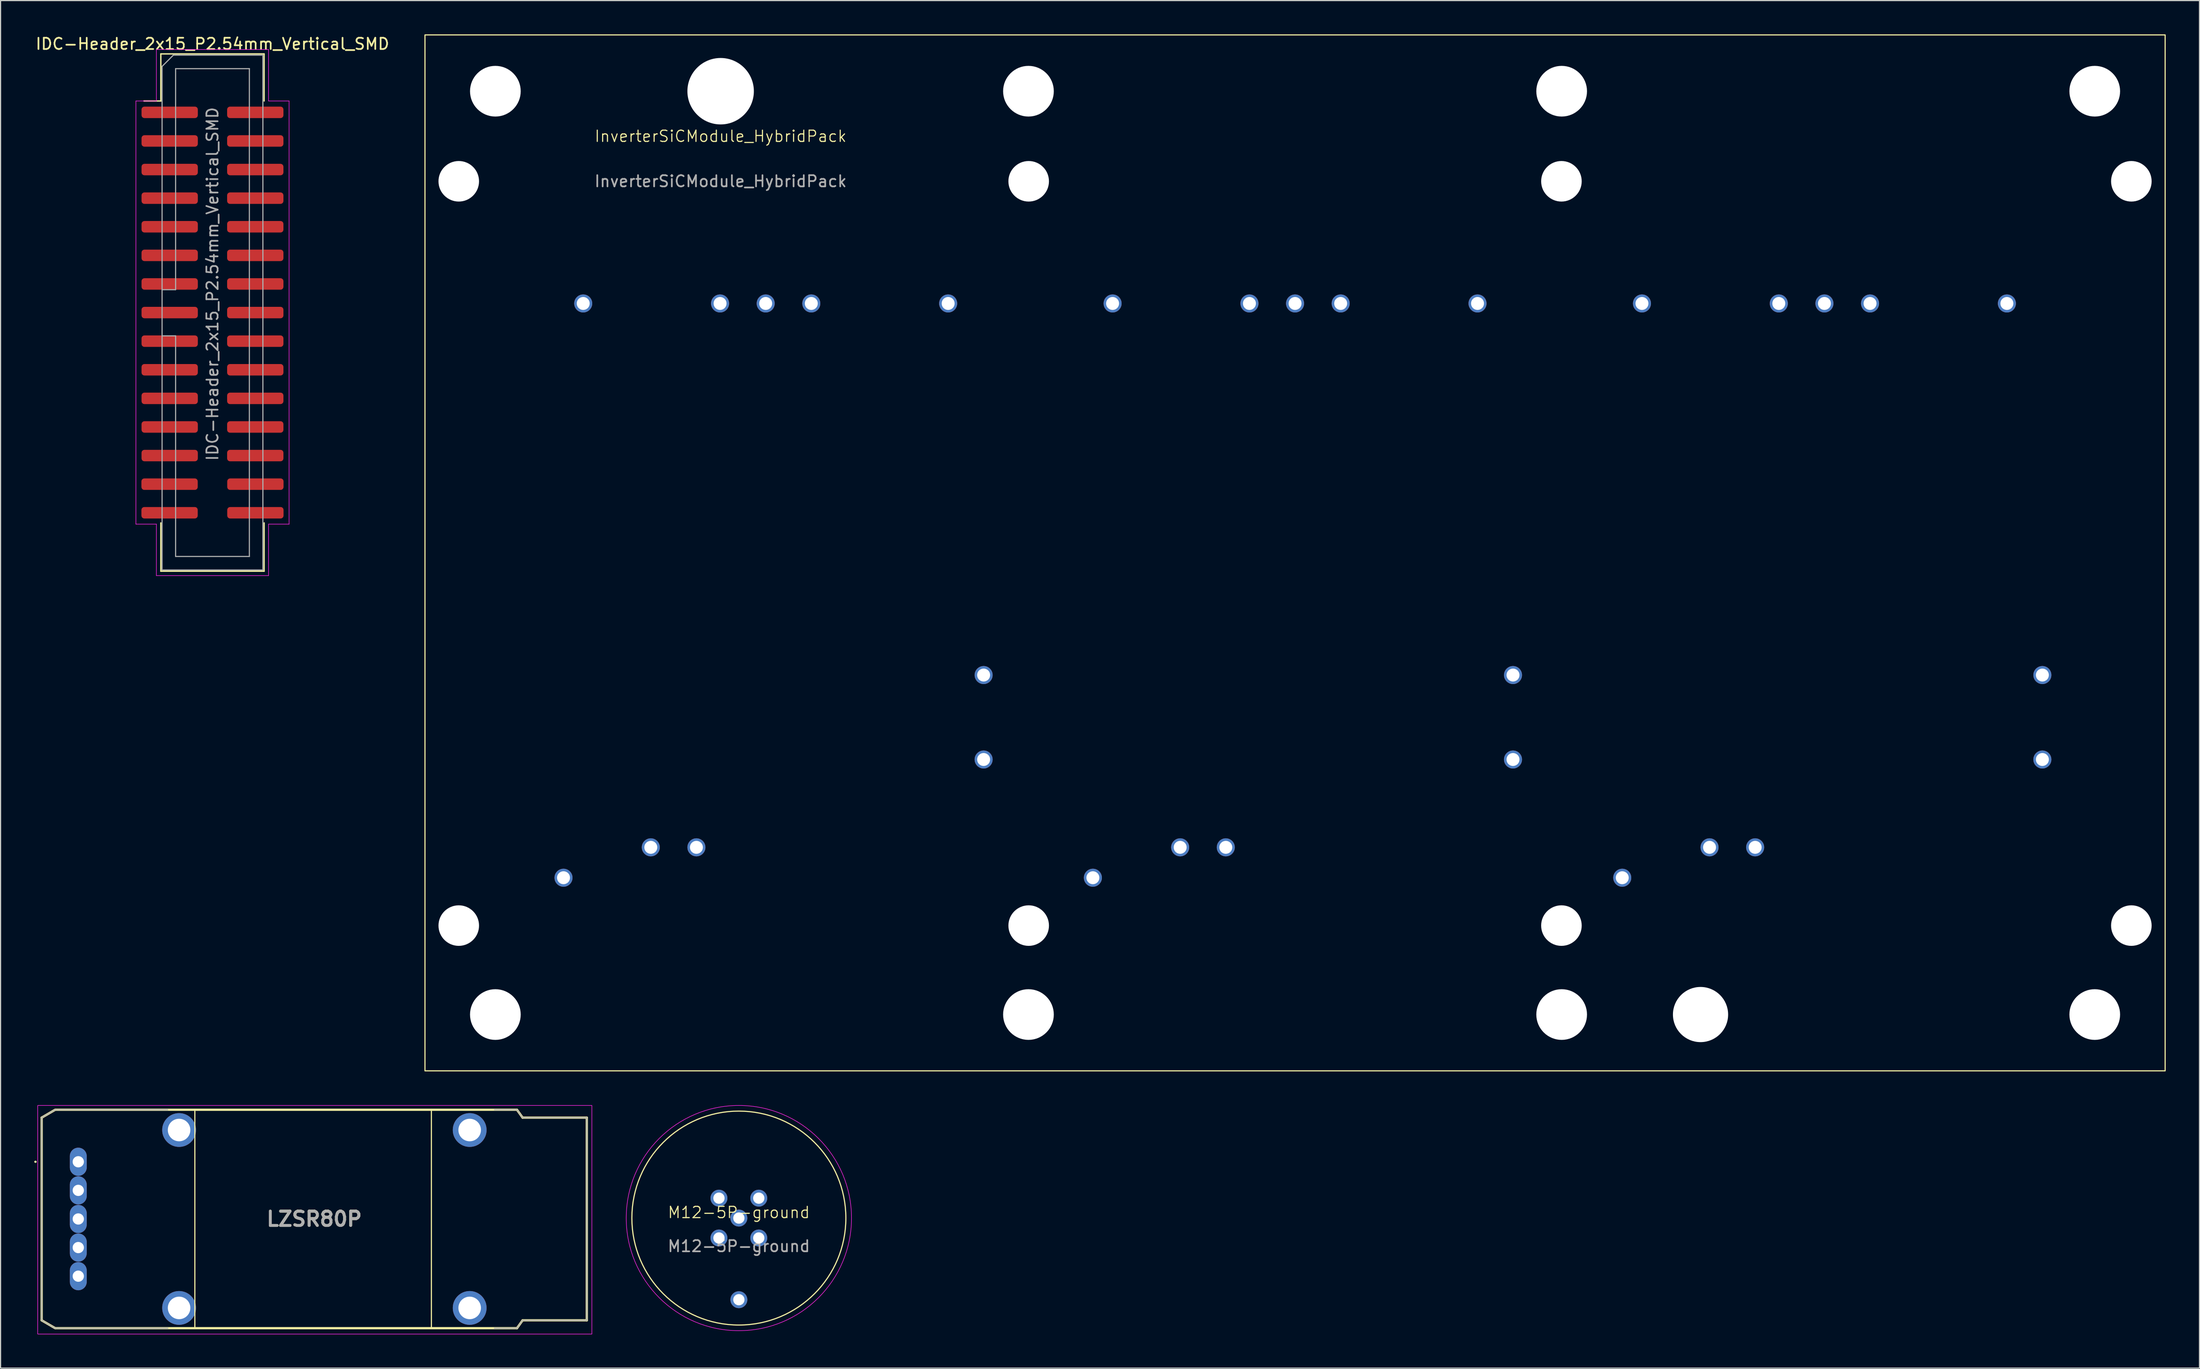
<source format=kicad_pcb>
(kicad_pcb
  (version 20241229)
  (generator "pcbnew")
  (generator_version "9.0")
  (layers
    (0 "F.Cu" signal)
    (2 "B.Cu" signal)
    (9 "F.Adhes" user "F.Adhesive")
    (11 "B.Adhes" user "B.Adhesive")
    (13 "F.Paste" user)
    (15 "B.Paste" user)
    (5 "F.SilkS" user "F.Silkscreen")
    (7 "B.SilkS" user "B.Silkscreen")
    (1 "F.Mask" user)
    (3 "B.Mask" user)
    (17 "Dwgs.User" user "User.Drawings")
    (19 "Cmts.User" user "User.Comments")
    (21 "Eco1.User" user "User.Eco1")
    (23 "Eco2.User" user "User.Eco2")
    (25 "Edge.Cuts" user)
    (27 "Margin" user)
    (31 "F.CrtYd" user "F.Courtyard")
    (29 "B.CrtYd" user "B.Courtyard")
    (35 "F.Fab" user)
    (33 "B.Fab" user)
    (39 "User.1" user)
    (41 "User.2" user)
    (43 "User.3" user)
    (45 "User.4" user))
  (footprint "IDC-Header_2x15_P2.54mm_Vertical_SMD"
    (layer "F.Cu")
    (at 15.815 24.708)
    (property "Reference" "IDC-Header_2x15_P2.54mm_Vertical_SMD" (at 0 -23.86 0) (layer "F.SilkS") (effects (font (size 1 1) (thickness 0.15))))
    (attr smd)
    (fp_line (start -4.585 -22.97) (end 4.585 -22.97) (stroke (width 0.12) (type solid)) (layer "F.SilkS"))
    (fp_line (start -4.585 -18.79) (end -6.085 -18.79) (stroke (width 0.12) (type solid)) (layer "F.SilkS"))
    (fp_line (start -4.585 -18.79) (end -4.585 -22.97) (stroke (width 0.12) (type solid)) (layer "F.SilkS"))
    (fp_line (start -4.585 18.68) (end -4.585 22.97) (stroke (width 0.12) (type solid)) (layer "F.SilkS"))
    (fp_line (start -4.585 22.97) (end 4.585 22.97) (stroke (width 0.12) (type solid)) (layer "F.SilkS"))
    (fp_line (start 4.585 -22.97) (end 4.585 -18.79) (stroke (width 0.12) (type solid)) (layer "F.SilkS"))
    (fp_line (start 4.585 22.97) (end 4.585 18.68) (stroke (width 0.12) (type solid)) (layer "F.SilkS"))
    (fp_line (start -6.8 -18.79) (end -6.8 18.79) (stroke (width 0.05) (type solid)) (layer "F.CrtYd"))
    (fp_line (start -6.8 18.79) (end -4.98 18.79) (stroke (width 0.05) (type solid)) (layer "F.CrtYd"))
    (fp_line (start -4.98 -23.36) (end -4.98 -18.79) (stroke (width 0.05) (type solid)) (layer "F.CrtYd"))
    (fp_line (start -4.98 -18.79) (end -6.8 -18.79) (stroke (width 0.05) (type solid)) (layer "F.CrtYd"))
    (fp_line (start -4.98 18.79) (end -4.98 23.36) (stroke (width 0.05) (type solid)) (layer "F.CrtYd"))
    (fp_line (start -4.98 23.36) (end 4.98 23.36) (stroke (width 0.05) (type solid)) (layer "F.CrtYd"))
    (fp_line (start 4.98 -23.36) (end -4.98 -23.36) (stroke (width 0.05) (type solid)) (layer "F.CrtYd"))
    (fp_line (start 4.98 -18.79) (end 4.98 -23.36) (stroke (width 0.05) (type solid)) (layer "F.CrtYd"))
    (fp_line (start 4.98 18.79) (end 6.8 18.79) (stroke (width 0.05) (type solid)) (layer "F.CrtYd"))
    (fp_line (start 4.98 23.36) (end 4.98 18.79) (stroke (width 0.05) (type solid)) (layer "F.CrtYd"))
    (fp_line (start 6.8 -18.79) (end 4.98 -18.79) (stroke (width 0.05) (type solid)) (layer "F.CrtYd"))
    (fp_line (start 6.8 18.79) (end 6.8 -18.79) (stroke (width 0.05) (type solid)) (layer "F.CrtYd"))
    (fp_line (start -4.475 -21.86) (end -3.475 -22.86) (stroke (width 0.1) (type solid)) (layer "F.Fab"))
    (fp_line (start -4.475 -2.032) (end -3.275 -2.032) (stroke (width 0.1) (type solid)) (layer "F.Fab"))
    (fp_line (start -4.475 22.86) (end -4.475 -21.86) (stroke (width 0.1) (type solid)) (layer "F.Fab"))
    (fp_line (start -3.475 -22.86) (end 4.475 -22.86) (stroke (width 0.1) (type solid)) (layer "F.Fab"))
    (fp_line (start -3.275 -21.66) (end 3.275 -21.66) (stroke (width 0.1) (type solid)) (layer "F.Fab"))
    (fp_line (start -3.275 -2.032) (end -3.275 -21.66) (stroke (width 0.1) (type solid)) (layer "F.Fab"))
    (fp_line (start -3.275 2.068) (end -4.475 2.068) (stroke (width 0.1) (type solid)) (layer "F.Fab"))
    (fp_line (start -3.275 21.66) (end -3.275 2.068) (stroke (width 0.1) (type solid)) (layer "F.Fab"))
    (fp_line (start 3.275 -21.66) (end 3.275 21.66) (stroke (width 0.1) (type solid)) (layer "F.Fab"))
    (fp_line (start 3.275 21.66) (end -3.275 21.66) (stroke (width 0.1) (type solid)) (layer "F.Fab"))
    (fp_line (start 4.475 -22.86) (end 4.475 22.86) (stroke (width 0.1) (type solid)) (layer "F.Fab"))
    (fp_line (start 4.475 22.86) (end -4.475 22.86) (stroke (width 0.1) (type solid)) (layer "F.Fab"))
    (fp_text user "${REFERENCE}" (at 0 -2.54 90) (layer "F.Fab") (effects (font (size 1 1) (thickness 0.15))))
    (pad "1" smd roundrect (at -3.8 -17.78) (size 5 1.02) (layers "F.Cu" "F.Mask" "F.Paste") (roundrect_rratio 0.25))
    (pad "2" smd roundrect (at 3.8 -17.78) (size 5 1.02) (layers "F.Cu" "F.Mask" "F.Paste") (roundrect_rratio 0.25))
    (pad "3" smd roundrect (at -3.8 -15.24) (size 5 1.02) (layers "F.Cu" "F.Mask" "F.Paste") (roundrect_rratio 0.25))
    (pad "4" smd roundrect (at 3.8 -15.24) (size 5 1.02) (layers "F.Cu" "F.Mask" "F.Paste") (roundrect_rratio 0.25))
    (pad "5" smd roundrect (at -3.8 -12.7) (size 5 1.02) (layers "F.Cu" "F.Mask" "F.Paste") (roundrect_rratio 0.25))
    (pad "6" smd roundrect (at 3.8 -12.7) (size 5 1.02) (layers "F.Cu" "F.Mask" "F.Paste") (roundrect_rratio 0.25))
    (pad "7" smd roundrect (at -3.8 -10.16) (size 5 1.02) (layers "F.Cu" "F.Mask" "F.Paste") (roundrect_rratio 0.25))
    (pad "8" smd roundrect (at 3.8 -10.16) (size 5 1.02) (layers "F.Cu" "F.Mask" "F.Paste") (roundrect_rratio 0.25))
    (pad "9" smd roundrect (at -3.8 -7.62) (size 5 1.02) (layers "F.Cu" "F.Mask" "F.Paste") (roundrect_rratio 0.25))
    (pad "10" smd roundrect (at 3.8 -7.62) (size 5 1.02) (layers "F.Cu" "F.Mask" "F.Paste") (roundrect_rratio 0.25))
    (pad "11" smd roundrect (at -3.8 -5.08) (size 5 1.02) (layers "F.Cu" "F.Mask" "F.Paste") (roundrect_rratio 0.25))
    (pad "12" smd roundrect (at 3.8 -5.08) (size 5 1.02) (layers "F.Cu" "F.Mask" "F.Paste") (roundrect_rratio 0.25))
    (pad "13" smd roundrect (at -3.8 -2.54) (size 5 1.02) (layers "F.Cu" "F.Mask" "F.Paste") (roundrect_rratio 0.25))
    (pad "14" smd roundrect (at 3.8 -2.54) (size 5 1.02) (layers "F.Cu" "F.Mask" "F.Paste") (roundrect_rratio 0.25))
    (pad "15" smd roundrect (at -3.8 0) (size 5 1.02) (layers "F.Cu" "F.Mask" "F.Paste") (roundrect_rratio 0.25))
    (pad "16" smd roundrect (at 3.8 0) (size 5 1.02) (layers "F.Cu" "F.Mask" "F.Paste") (roundrect_rratio 0.25))
    (pad "17" smd roundrect (at -3.8 2.54) (size 5 1.02) (layers "F.Cu" "F.Mask" "F.Paste") (roundrect_rratio 0.25))
    (pad "18" smd roundrect (at 3.8 2.54) (size 5 1.02) (layers "F.Cu" "F.Mask" "F.Paste") (roundrect_rratio 0.25))
    (pad "19" smd roundrect (at -3.8 5.08) (size 5 1.02) (layers "F.Cu" "F.Mask" "F.Paste") (roundrect_rratio 0.25))
    (pad "20" smd roundrect (at 3.8 5.08) (size 5 1.02) (layers "F.Cu" "F.Mask" "F.Paste") (roundrect_rratio 0.25))
    (pad "21" smd roundrect (at -3.8 7.62) (size 5 1.02) (layers "F.Cu" "F.Mask" "F.Paste") (roundrect_rratio 0.25))
    (pad "22" smd roundrect (at 3.8 7.62) (size 5 1.02) (layers "F.Cu" "F.Mask" "F.Paste") (roundrect_rratio 0.25))
    (pad "23" smd roundrect (at -3.8 10.16) (size 5 1.02) (layers "F.Cu" "F.Mask" "F.Paste") (roundrect_rratio 0.25))
    (pad "24" smd roundrect (at 3.8 10.16) (size 5 1.02) (layers "F.Cu" "F.Mask" "F.Paste") (roundrect_rratio 0.25))
    (pad "25" smd roundrect (at -3.8 12.7) (size 5 1.02) (layers "F.Cu" "F.Mask" "F.Paste") (roundrect_rratio 0.25))
    (pad "26" smd roundrect (at 3.8 12.7) (size 5 1.02) (layers "F.Cu" "F.Mask" "F.Paste") (roundrect_rratio 0.25))
    (pad "27" smd roundrect (at -3.81 15.24) (size 5 1.02) (layers "F.Cu" "F.Mask" "F.Paste") (roundrect_rratio 0.25))
    (pad "28" smd roundrect (at 3.81 15.24) (size 5 1.02) (layers "F.Cu" "F.Mask" "F.Paste") (roundrect_rratio 0.25))
    (pad "29" smd roundrect (at -3.81 17.78) (size 5 1.02) (layers "F.Cu" "F.Mask" "F.Paste") (roundrect_rratio 0.25))
    (pad "30" smd roundrect (at 3.81 17.78) (size 5 1.02) (layers "F.Cu" "F.Mask" "F.Paste") (roundrect_rratio 0.25)))
  (footprint "M12-5P-ground"
    (layer "F.Cu")
    (at 62.55 105.125)
    (property "Reference" "M12-5P-ground" (at 0 -0.5 0) (unlocked yes) (layer "F.SilkS") (effects (font (size 1 1) (thickness 0.1))))
    (attr through_hole)
    (fp_circle (center 0 0) (end 9.5 0) (stroke (width 0.1) (type default)) (fill no) (layer "F.SilkS"))
    (fp_circle (center 0 0) (end 10 0) (stroke (width 0.05) (type default)) (fill no) (layer "F.CrtYd"))
    (fp_text user "${REFERENCE}" (at 0 2.5 0) (unlocked yes) (layer "F.Fab") (effects (font (size 1 1) (thickness 0.15))))
    (pad "1" thru_hole circle (at 1.768 -1.768) (size 1.5 1.5) (drill 1) (layers "*.Cu" "*.Mask"))
    (pad "2" thru_hole circle (at -1.768 -1.768) (size 1.5 1.5) (drill 1) (layers "*.Cu" "*.Mask"))
    (pad "3" thru_hole circle (at -1.768 1.768) (size 1.5 1.5) (drill 1) (layers "*.Cu" "*.Mask"))
    (pad "4" thru_hole circle (at 1.768 1.768) (size 1.5 1.5) (drill 1) (layers "*.Cu" "*.Mask"))
    (pad "5" thru_hole circle (at 0 0) (size 1.5 1.5) (drill 1) (layers "*.Cu" "*.Mask"))
    (pad "6" thru_hole circle (at 0 7.25) (size 1.5 1.5) (drill 1) (layers "*.Cu" "*.Mask")))
  (footprint "LZSR80P"
    (layer "F.Cu")
    (at 3.9 100.125)
    (property "Reference" "LZSR80P" (at 20.95 5.08 0) (layer "F.SilkS") (effects (font (size 1.27 1.27) (thickness 0.254))))
    (attr through_hole)
    (fp_line (start -3.85 0) (end -3.85 0) (stroke (width 0.1) (type solid)) (layer "F.SilkS"))
    (fp_line (start -3.75 0) (end -3.75 0) (stroke (width 0.1) (type solid)) (layer "F.SilkS"))
    (fp_line (start -3.25 -3.92) (end -3.25 14.08) (stroke (width 0.2) (type solid)) (layer "F.SilkS"))
    (fp_line (start -3.25 14.08) (end -2.05 14.78) (stroke (width 0.2) (type solid)) (layer "F.SilkS"))
    (fp_line (start -2.05 -4.62) (end -3.25 -3.92) (stroke (width 0.2) (type solid)) (layer "F.SilkS"))
    (fp_line (start -2 14.78) (end 38.95 14.78) (stroke (width 0.2) (type solid)) (layer "F.SilkS"))
    (fp_line (start 10.35 -4.6) (end 10.35 14.8) (stroke (width 0.1) (type default)) (layer "F.SilkS"))
    (fp_line (start 31.35 -4.6) (end 31.35 14.8) (stroke (width 0.1) (type default)) (layer "F.SilkS"))
    (fp_line (start 38.95 -4.62) (end -2 -4.62) (stroke (width 0.2) (type solid)) (layer "F.SilkS"))
    (fp_line (start 38.95 14.78) (end 39.45 14.08) (stroke (width 0.2) (type solid)) (layer "F.SilkS"))
    (fp_line (start 39.45 -3.92) (end 38.95 -4.62) (stroke (width 0.2) (type solid)) (layer "F.SilkS"))
    (fp_line (start 39.45 14.08) (end 45.15 14.08) (stroke (width 0.2) (type solid)) (layer "F.SilkS"))
    (fp_line (start 45.15 -3.92) (end 39.45 -3.92) (stroke (width 0.2) (type solid)) (layer "F.SilkS"))
    (fp_line (start 45.15 14.08) (end 45.15 -3.92) (stroke (width 0.2) (type solid)) (layer "F.SilkS"))
    (fp_arc (start -3.85 0) (mid -3.8 -0.05) (end -3.75 0) (stroke (width 0.1) (type solid)) (layer "F.SilkS"))
    (fp_arc (start -3.75 0) (mid -3.8 0.05) (end -3.85 0) (stroke (width 0.1) (type solid)) (layer "F.SilkS"))
    (fp_rect (start -3.6 -5) (end 45.6 15.3) (stroke (width 0.05) (type default)) (fill no) (layer "F.CrtYd"))
    (fp_line (start -3.25 -3.92) (end -2.05 -4.62) (stroke (width 0.1) (type solid)) (layer "F.Fab"))
    (fp_line (start -3.25 14.08) (end -3.25 -3.92) (stroke (width 0.1) (type solid)) (layer "F.Fab"))
    (fp_line (start -2.05 -4.62) (end 7.95 -4.62) (stroke (width 0.1) (type solid)) (layer "F.Fab"))
    (fp_line (start -2.05 14.78) (end -3.25 14.08) (stroke (width 0.1) (type solid)) (layer "F.Fab"))
    (fp_line (start 7.95 14.78) (end -2.05 14.78) (stroke (width 0.1) (type solid)) (layer "F.Fab"))
    (fp_line (start 36.95 -4.62) (end 38.95 -4.62) (stroke (width 0.1) (type solid)) (layer "F.Fab"))
    (fp_line (start 38.95 -4.62) (end 38.95 -4.62) (stroke (width 0.1) (type solid)) (layer "F.Fab"))
    (fp_line (start 38.95 -4.62) (end 39.45 -3.92) (stroke (width 0.1) (type solid)) (layer "F.Fab"))
    (fp_line (start 38.95 14.78) (end 36.95 14.78) (stroke (width 0.1) (type solid)) (layer "F.Fab"))
    (fp_line (start 39.45 -3.92) (end 45.15 -3.92) (stroke (width 0.1) (type solid)) (layer "F.Fab"))
    (fp_line (start 39.45 14.08) (end 38.95 14.78) (stroke (width 0.1) (type solid)) (layer "F.Fab"))
    (fp_line (start 45.15 -3.92) (end 45.15 14.08) (stroke (width 0.1) (type solid)) (layer "F.Fab"))
    (fp_line (start 45.15 14.08) (end 39.45 14.08) (stroke (width 0.1) (type solid)) (layer "F.Fab"))
    (fp_text user "${REFERENCE}" (at 20.95 5.08 0) (layer "F.Fab") (effects (font (size 1.27 1.27) (thickness 0.254))))
    (pad "1" thru_hole oval (at 0 0) (size 1.5 2.5) (drill 1) (layers "*.Cu" "*.Mask"))
    (pad "2" thru_hole oval (at 0 2.54) (size 1.5 2.5) (drill 1) (layers "*.Cu" "*.Mask"))
    (pad "3" thru_hole oval (at 0 5.08) (size 1.5 2.5) (drill 1) (layers "*.Cu" "*.Mask"))
    (pad "4" thru_hole oval (at 0 7.62) (size 1.5 2.5) (drill 1) (layers "*.Cu" "*.Mask"))
    (pad "5" thru_hole oval (at 0 10.16) (size 1.5 2.5) (drill 1) (layers "*.Cu" "*.Mask"))
    (pad "MH1" thru_hole circle (at 8.95 -2.82) (size 3 3) (drill 2) (layers "*.Cu" "*.Mask"))
    (pad "MH2" thru_hole circle (at 8.95 12.98) (size 3 3) (drill 2) (layers "*.Cu" "*.Mask"))
    (pad "MH3" thru_hole circle (at 34.75 12.98) (size 3 3) (drill 2) (layers "*.Cu" "*.Mask"))
    (pad "MH4" thru_hole circle (at 34.75 -2.82) (size 3 3) (drill 2) (layers "*.Cu" "*.Mask")))
  (footprint "InverterSiCModule_HybridPack"
    (layer "F.Cu")
    (at 60.931 5.05)
    (property "Reference" "InverterSiCModule_HybridPack" (at 0 4 0) (unlocked yes) (layer "F.SilkS") (effects (font (size 1 1) (thickness 0.1))))
    (attr through_hole)
    (fp_rect (start -26.25 -5) (end 128.25 87) (stroke (width 0.1) (type default)) (fill no) (layer "F.SilkS"))
    (fp_text user "${REFERENCE}" (at 0 8 0) (unlocked yes) (layer "F.Fab") (effects (font (size 1 1) (thickness 0.15))))
    (pad "" np_thru_hole circle (at -23.25 8) (size 3.6 3.6) (drill 3.6) (layers "*.Cu" "*.Mask"))
    (pad "" np_thru_hole circle (at -23.25 74.1) (size 3.6 3.6) (drill 3.6) (layers "*.Cu" "*.Mask"))
    (pad "" np_thru_hole circle (at -20 0) (size 4.5 4.5) (drill 4.5) (layers "*.Cu" "*.Mask"))
    (pad "" np_thru_hole circle (at -20 82) (size 4.5 4.5) (drill 4.5) (layers "*.Cu" "*.Mask"))
    (pad "" np_thru_hole circle (at 0 0) (size 5.9 5.9) (drill 5.9) (layers "*.Cu" "*.Mask"))
    (pad "" np_thru_hole circle (at 27.33 0) (size 4.5 4.5) (drill 4.5) (layers "*.Cu" "*.Mask"))
    (pad "" np_thru_hole circle (at 27.33 82) (size 4.5 4.5) (drill 4.5) (layers "*.Cu" "*.Mask"))
    (pad "" np_thru_hole circle (at 27.35 8) (size 3.6 3.6) (drill 3.6) (layers "*.Cu" "*.Mask"))
    (pad "" np_thru_hole circle (at 27.35 74.1) (size 3.6 3.6) (drill 3.6) (layers "*.Cu" "*.Mask"))
    (pad "" np_thru_hole circle (at 74.65 8) (size 3.6 3.6) (drill 3.6) (layers "*.Cu" "*.Mask"))
    (pad "" np_thru_hole circle (at 74.65 74.1) (size 3.6 3.6) (drill 3.6) (layers "*.Cu" "*.Mask"))
    (pad "" np_thru_hole circle (at 74.67 0) (size 4.5 4.5) (drill 4.5) (layers "*.Cu" "*.Mask"))
    (pad "" np_thru_hole circle (at 74.67 82) (size 4.5 4.5) (drill 4.5) (layers "*.Cu" "*.Mask"))
    (pad "" np_thru_hole circle (at 87 82) (size 4.9 4.9) (drill 4.9) (layers "*.Cu" "*.Mask"))
    (pad "" np_thru_hole circle (at 122 0) (size 4.5 4.5) (drill 4.5) (layers "*.Cu" "*.Mask"))
    (pad "" np_thru_hole circle (at 122 82) (size 4.5 4.5) (drill 4.5) (layers "*.Cu" "*.Mask"))
    (pad "" np_thru_hole circle (at 125.25 8) (size 3.6 3.6) (drill 3.6) (layers "*.Cu" "*.Mask"))
    (pad "" np_thru_hole circle (at 125.25 74.1) (size 3.6 3.6) (drill 3.6) (layers "*.Cu" "*.Mask"))
    (pad "D1.1" thru_hole circle (at -13.95 69.85) (size 1.6 1.6) (drill 1.15) (layers "*.Cu" "*.Mask"))
    (pad "D1.2" thru_hole circle (at -12.2 18.85) (size 1.6 1.6) (drill 1.15) (layers "*.Cu" "*.Mask"))
    (pad "D2" thru_hole circle (at 20.2 18.85) (size 1.6 1.6) (drill 1.15) (layers "*.Cu" "*.Mask"))
    (pad "D3.1" thru_hole circle (at 33.05 69.85) (size 1.6 1.6) (drill 1.15) (layers "*.Cu" "*.Mask"))
    (pad "D3.2" thru_hole circle (at 34.8 18.85) (size 1.6 1.6) (drill 1.15) (layers "*.Cu" "*.Mask"))
    (pad "D4" thru_hole circle (at 67.2 18.85) (size 1.6 1.6) (drill 1.15) (layers "*.Cu" "*.Mask"))
    (pad "D5.1" thru_hole circle (at 80.05 69.85) (size 1.6 1.6) (drill 1.15) (layers "*.Cu" "*.Mask"))
    (pad "D5.2" thru_hole circle (at 81.8 18.85) (size 1.6 1.6) (drill 1.15) (layers "*.Cu" "*.Mask"))
    (pad "D6" thru_hole circle (at 114.2 18.85) (size 1.6 1.6) (drill 1.15) (layers "*.Cu" "*.Mask"))
    (pad "G1" thru_hole circle (at -6.2 67.15) (size 1.6 1.6) (drill 1.15) (layers "*.Cu" "*.Mask"))
    (pad "G2" thru_hole circle (at 4 18.85) (size 1.6 1.6) (drill 1.15) (layers "*.Cu" "*.Mask"))
    (pad "G3" thru_hole circle (at 40.8 67.15) (size 1.6 1.6) (drill 1.15) (layers "*.Cu" "*.Mask"))
    (pad "G4" thru_hole circle (at 51 18.85) (size 1.6 1.6) (drill 1.15) (layers "*.Cu" "*.Mask"))
    (pad "G5" thru_hole circle (at 87.8 67.15) (size 1.6 1.6) (drill 1.15) (layers "*.Cu" "*.Mask"))
    (pad "G6" thru_hole circle (at 98 18.85) (size 1.6 1.6) (drill 1.15) (layers "*.Cu" "*.Mask"))
    (pad "S1" thru_hole circle (at -2.15 67.15) (size 1.6 1.6) (drill 1.15) (layers "*.Cu" "*.Mask"))
    (pad "S2.1" thru_hole circle (at 8.05 18.85) (size 1.6 1.6) (drill 1.15) (layers "*.Cu" "*.Mask"))
    (pad "S2.2" thru_hole circle (at -0.05 18.85) (size 1.6 1.6) (drill 1.15) (layers "*.Cu" "*.Mask"))
    (pad "S3" thru_hole circle (at 44.85 67.15) (size 1.6 1.6) (drill 1.15) (layers "*.Cu" "*.Mask"))
    (pad "S4.1" thru_hole circle (at 55.05 18.85) (size 1.6 1.6) (drill 1.15) (layers "*.Cu" "*.Mask"))
    (pad "S4.2" thru_hole circle (at 46.95 18.85) (size 1.6 1.6) (drill 1.15) (layers "*.Cu" "*.Mask"))
    (pad "S5" thru_hole circle (at 91.85 67.15) (size 1.6 1.6) (drill 1.15) (layers "*.Cu" "*.Mask"))
    (pad "S6.1" thru_hole circle (at 102.05 18.85) (size 1.6 1.6) (drill 1.15) (layers "*.Cu" "*.Mask"))
    (pad "S6.2" thru_hole circle (at 93.95 18.85) (size 1.6 1.6) (drill 1.15) (layers "*.Cu" "*.Mask"))
    (pad "T1" thru_hole circle (at 23.35 51.85) (size 1.6 1.6) (drill 1.15) (layers "*.Cu" "*.Mask"))
    (pad "T2" thru_hole circle (at 23.35 59.35) (size 1.6 1.6) (drill 1.15) (layers "*.Cu" "*.Mask"))
    (pad "T3" thru_hole circle (at 70.35 51.85) (size 1.6 1.6) (drill 1.15) (layers "*.Cu" "*.Mask"))
    (pad "T4" thru_hole circle (at 70.35 59.35) (size 1.6 1.6) (drill 1.15) (layers "*.Cu" "*.Mask"))
    (pad "T5" thru_hole circle (at 117.35 51.85) (size 1.6 1.6) (drill 1.15) (layers "*.Cu" "*.Mask"))
    (pad "T6" thru_hole circle (at 117.35 59.35) (size 1.6 1.6) (drill 1.15) (layers "*.Cu" "*.Mask")))
  (gr_rect
    (start -3 -3)
    (end 192.231 118.45)
    (stroke (width 0.1) (type default))
    (fill no)
    (layer "Edge.Cuts")))
</source>
